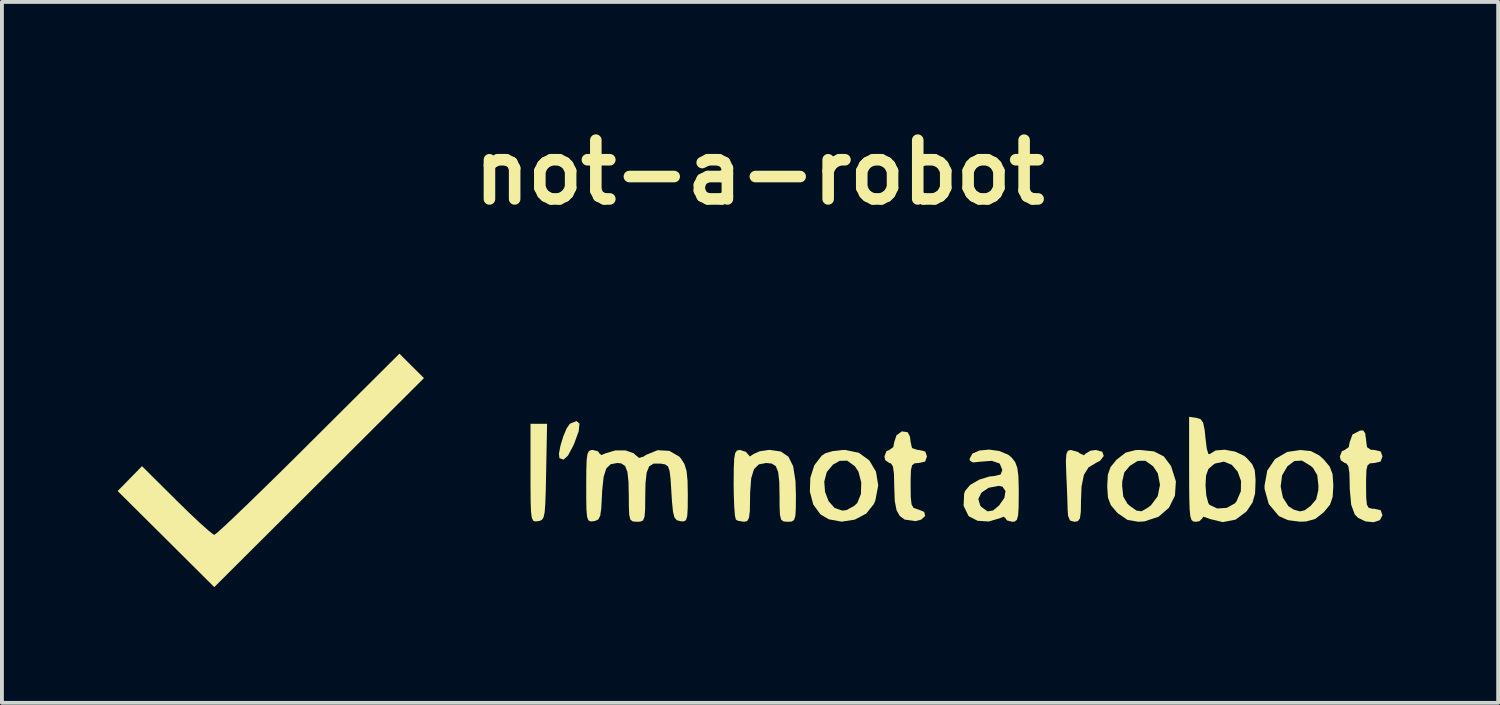
<source format=kicad_pcb>
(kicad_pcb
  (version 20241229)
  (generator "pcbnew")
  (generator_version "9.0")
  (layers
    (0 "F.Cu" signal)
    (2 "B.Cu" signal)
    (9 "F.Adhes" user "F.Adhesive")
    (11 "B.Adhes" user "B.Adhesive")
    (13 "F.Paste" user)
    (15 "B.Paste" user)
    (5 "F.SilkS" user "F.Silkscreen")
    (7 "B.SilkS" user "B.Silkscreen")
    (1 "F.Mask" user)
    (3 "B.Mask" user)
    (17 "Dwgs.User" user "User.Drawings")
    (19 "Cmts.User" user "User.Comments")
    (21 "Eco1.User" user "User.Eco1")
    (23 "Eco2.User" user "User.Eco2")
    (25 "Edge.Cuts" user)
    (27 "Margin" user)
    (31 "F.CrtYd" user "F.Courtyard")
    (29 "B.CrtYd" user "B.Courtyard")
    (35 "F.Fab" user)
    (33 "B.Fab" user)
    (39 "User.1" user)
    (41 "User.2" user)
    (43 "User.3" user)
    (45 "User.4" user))
  (footprint "not-a-robot"
    (layer "F.Cu")
    (at 16.565 9.038)
    (property "Reference" "not-a-robot" (at 0.077 -7.62 0) (layer "F.SilkS") (effects (font (size 1.524 1.524) (thickness 0.3))))
    (attr board_only exclude_from_pos_files exclude_from_bom)
    (fp_poly (pts (xy -4.592 -1.104) (xy -4.612 -0.908) (xy -4.728 -0.59) (xy -4.755 -0.529) (xy -4.892 -0.274) (xy -5.007 -0.173) (xy -5.112 -0.212) (xy -5.125 -0.325) (xy -5.086 -0.53) (xy -5.014 -0.769) (xy -4.926 -0.98) (xy -4.842 -1.102) (xy -4.836 -1.106) (xy -4.667 -1.172)) (stroke (width 0) (type solid)) (fill yes) (layer "F.SilkS"))
    (fp_poly (pts (xy -5.456 0.148) (xy -5.466 0.631) (xy -5.478 0.971) (xy -5.495 1.194) (xy -5.524 1.325) (xy -5.567 1.391) (xy -5.63 1.417) (xy -5.67 1.424) (xy -5.744 1.43) (xy -5.795 1.408) (xy -5.829 1.332) (xy -5.849 1.179) (xy -5.858 0.924) (xy -5.861 0.542) (xy -5.862 0.175) (xy -5.862 -1.101) (xy -5.432 -1.101)) (stroke (width 0) (type solid)) (fill yes) (layer "F.SilkS"))
    (fp_poly (pts (xy -8.942 -2.602) (xy -8.624 -2.285) (xy -11.342 0.424) (xy -14.06 3.133) (xy -15.312 1.887) (xy -16.565 0.642) (xy -16.249 0.319) (xy -15.934 -0.003) (xy -15.037 0.888) (xy -14.718 1.2) (xy -14.437 1.465) (xy -14.218 1.66) (xy -14.085 1.766) (xy -14.058 1.778) (xy -13.982 1.72) (xy -13.799 1.555) (xy -13.523 1.295) (xy -13.168 0.954) (xy -12.747 0.544) (xy -12.272 0.078) (xy -11.758 -0.431) (xy -11.618 -0.571) (xy -9.26 -2.919)) (stroke (width 0) (type solid)) (fill yes) (layer "F.SilkS"))
    (fp_poly (pts (xy 8.963 -0.376) (xy 8.999 -0.267) (xy 8.907 -0.144) (xy 8.797 -0.087) (xy 8.605 0.03) (xy 8.485 0.223) (xy 8.424 0.525) (xy 8.41 0.883) (xy 8.405 1.183) (xy 8.382 1.351) (xy 8.329 1.424) (xy 8.24 1.439) (xy 8.125 1.407) (xy 8.074 1.282) (xy 8.063 1.122) (xy 8.056 0.872) (xy 8.043 0.53) (xy 8.028 0.191) (xy 8.018 -0.129) (xy 8.03 -0.315) (xy 8.069 -0.402) (xy 8.143 -0.423) (xy 8.145 -0.423) (xy 8.326 -0.373) (xy 8.383 -0.331) (xy 8.486 -0.285) (xy 8.533 -0.331) (xy 8.654 -0.403) (xy 8.797 -0.423)) (stroke (width 0) (type solid)) (fill yes) (layer "F.SilkS"))
    (fp_poly (pts (xy 2.65 -0.35) (xy 2.922 -0.152) (xy 3.095 0.14) (xy 3.153 0.496) (xy 3.079 0.884) (xy 3.042 0.976) (xy 2.842 1.227) (xy 2.546 1.383) (xy 2.205 1.436) (xy 1.871 1.375) (xy 1.653 1.246) (xy 1.467 0.988) (xy 1.381 0.657) (xy 1.389 0.398) (xy 1.754 0.398) (xy 1.774 0.664) (xy 1.867 0.905) (xy 2.021 1.081) (xy 2.224 1.15) (xy 2.332 1.135) (xy 2.528 1.029) (xy 2.612 0.949) (xy 2.704 0.718) (xy 2.713 0.423) (xy 2.642 0.143) (xy 2.548 0) (xy 2.348 -0.145) (xy 2.154 -0.141) (xy 1.983 -0.045) (xy 1.82 0.148) (xy 1.754 0.398) (xy 1.389 0.398) (xy 1.392 0.302) (xy 1.495 -0.025) (xy 1.687 -0.274) (xy 1.779 -0.336) (xy 1.968 -0.392) (xy 2.231 -0.422) (xy 2.295 -0.423)) (stroke (width 0) (type solid)) (fill yes) (layer "F.SilkS"))
    (fp_poly (pts (xy 3.915 -0.884) (xy 3.975 -0.772) (xy 3.993 -0.63) (xy 4.029 -0.472) (xy 4.17 -0.424) (xy 4.205 -0.423) (xy 4.372 -0.384) (xy 4.417 -0.254) (xy 4.368 -0.121) (xy 4.205 -0.085) (xy 4.094 -0.076) (xy 4.03 -0.025) (xy 4.001 0.106) (xy 3.993 0.353) (xy 3.993 0.502) (xy 3.997 0.812) (xy 4.018 0.991) (xy 4.068 1.078) (xy 4.159 1.112) (xy 4.184 1.116) (xy 4.345 1.183) (xy 4.369 1.288) (xy 4.266 1.384) (xy 4.116 1.422) (xy 3.838 1.382) (xy 3.712 1.289) (xy 3.628 1.14) (xy 3.582 0.903) (xy 3.568 0.538) (xy 3.568 0.522) (xy 3.561 0.196) (xy 3.535 0.007) (xy 3.484 -0.074) (xy 3.44 -0.085) (xy 3.337 -0.155) (xy 3.313 -0.254) (xy 3.366 -0.392) (xy 3.44 -0.423) (xy 3.543 -0.496) (xy 3.568 -0.626) (xy 3.627 -0.805) (xy 3.765 -0.904)) (stroke (width 0) (type solid)) (fill yes) (layer "F.SilkS"))
    (fp_poly (pts (xy 10.304 -0.385) (xy 10.557 -0.255) (xy 10.741 -0.01) (xy 10.745 -0.002) (xy 10.87 0.391) (xy 10.846 0.76) (xy 10.69 1.076) (xy 10.421 1.309) (xy 10.054 1.429) (xy 9.898 1.439) (xy 9.615 1.391) (xy 9.368 1.221) (xy 9.338 1.192) (xy 9.183 1.008) (xy 9.109 0.814) (xy 9.09 0.535) (xy 9.09 0.508) (xy 9.476 0.508) (xy 9.506 0.786) (xy 9.613 0.97) (xy 9.674 1.025) (xy 9.848 1.149) (xy 9.979 1.167) (xy 10.138 1.076) (xy 10.225 1.01) (xy 10.398 0.777) (xy 10.458 0.48) (xy 10.401 0.183) (xy 10.279 0) (xy 10.077 -0.144) (xy 9.881 -0.139) (xy 9.674 -0.009) (xy 9.533 0.159) (xy 9.479 0.396) (xy 9.476 0.508) (xy 9.09 0.508) (xy 9.106 0.219) (xy 9.175 0.022) (xy 9.323 -0.16) (xy 9.338 -0.176) (xy 9.568 -0.354) (xy 9.826 -0.42) (xy 9.938 -0.423)) (stroke (width 0) (type solid)) (fill yes) (layer "F.SilkS"))
    (fp_poly (pts (xy 15.777 -0.858) (xy 15.801 -0.68) (xy 15.801 -0.677) (xy 15.824 -0.496) (xy 15.921 -0.429) (xy 16.013 -0.423) (xy 16.18 -0.384) (xy 16.225 -0.254) (xy 16.176 -0.121) (xy 16.013 -0.085) (xy 15.902 -0.076) (xy 15.839 -0.025) (xy 15.809 0.104) (xy 15.801 0.35) (xy 15.801 0.508) (xy 15.804 0.818) (xy 15.822 0.995) (xy 15.868 1.077) (xy 15.956 1.1) (xy 16.013 1.101) (xy 16.18 1.14) (xy 16.225 1.27) (xy 16.159 1.397) (xy 15.995 1.45) (xy 15.788 1.43) (xy 15.595 1.339) (xy 15.508 1.251) (xy 15.415 1) (xy 15.377 0.589) (xy 15.376 0.489) (xy 15.368 0.173) (xy 15.34 -0.006) (xy 15.284 -0.078) (xy 15.248 -0.085) (xy 15.145 -0.155) (xy 15.121 -0.254) (xy 15.174 -0.392) (xy 15.248 -0.423) (xy 15.351 -0.496) (xy 15.376 -0.626) (xy 15.448 -0.824) (xy 15.642 -0.925) (xy 15.723 -0.931)) (stroke (width 0) (type solid)) (fill yes) (layer "F.SilkS"))
    (fp_poly (pts (xy 14.372 -0.393) (xy 14.588 -0.28) (xy 14.703 -0.176) (xy 14.858 0.008) (xy 14.931 0.202) (xy 14.951 0.481) (xy 14.951 0.508) (xy 14.934 0.797) (xy 14.866 0.994) (xy 14.718 1.176) (xy 14.703 1.192) (xy 14.486 1.364) (xy 14.248 1.431) (xy 14.087 1.437) (xy 13.775 1.397) (xy 13.543 1.293) (xy 13.538 1.289) (xy 13.278 0.979) (xy 13.17 0.593) (xy 13.168 0.525) (xy 13.586 0.525) (xy 13.644 0.81) (xy 13.787 1.035) (xy 13.932 1.127) (xy 14.09 1.17) (xy 14.209 1.141) (xy 14.366 1.025) (xy 14.507 0.857) (xy 14.562 0.62) (xy 14.565 0.508) (xy 14.535 0.23) (xy 14.427 0.046) (xy 14.366 -0.009) (xy 14.137 -0.147) (xy 13.942 -0.136) (xy 13.762 0) (xy 13.623 0.237) (xy 13.586 0.525) (xy 13.168 0.525) (xy 13.167 0.508) (xy 13.239 0.111) (xy 13.441 -0.188) (xy 13.756 -0.371) (xy 14.087 -0.421)) (stroke (width 0) (type solid)) (fill yes) (layer "F.SilkS"))
    (fp_poly (pts (xy 0.63 -0.382) (xy 0.826 -0.247) (xy 0.948 0.001) (xy 1.008 0.381) (xy 1.019 0.731) (xy 1.017 1.076) (xy 1.005 1.286) (xy 0.971 1.394) (xy 0.906 1.434) (xy 0.807 1.439) (xy 0.699 1.431) (xy 0.635 1.383) (xy 0.605 1.259) (xy 0.595 1.024) (xy 0.595 0.811) (xy 0.588 0.41) (xy 0.559 0.149) (xy 0.498 -0.002) (xy 0.394 -0.07) (xy 0.249 -0.085) (xy 0.058 -0.049) (xy -0.068 0.075) (xy -0.14 0.31) (xy -0.168 0.68) (xy -0.17 0.841) (xy -0.175 1.156) (xy -0.197 1.337) (xy -0.244 1.42) (xy -0.326 1.439) (xy -0.487 1.412) (xy -0.538 1.383) (xy -0.562 1.28) (xy -0.58 1.045) (xy -0.592 0.718) (xy -0.595 0.452) (xy -0.592 0.058) (xy -0.581 -0.196) (xy -0.556 -0.341) (xy -0.511 -0.407) (xy -0.441 -0.423) (xy -0.432 -0.423) (xy -0.278 -0.375) (xy -0.23 -0.318) (xy -0.173 -0.254) (xy -0.079 -0.318) (xy 0.077 -0.388) (xy 0.313 -0.423) (xy 0.351 -0.423)) (stroke (width 0) (type solid)) (fill yes) (layer "F.SilkS"))
    (fp_poly (pts (xy 6.291 -0.396) (xy 6.522 -0.3) (xy 6.611 -0.227) (xy 6.703 -0.109) (xy 6.758 0.038) (xy 6.787 0.255) (xy 6.796 0.586) (xy 6.796 0.704) (xy 6.793 1.058) (xy 6.779 1.276) (xy 6.746 1.391) (xy 6.687 1.434) (xy 6.626 1.439) (xy 6.488 1.403) (xy 6.456 1.352) (xy 6.404 1.307) (xy 6.292 1.352) (xy 6.015 1.432) (xy 5.729 1.413) (xy 5.508 1.3) (xy 5.492 1.284) (xy 5.366 1.026) (xy 5.374 0.848) (xy 5.748 0.848) (xy 5.799 1.022) (xy 5.829 1.056) (xy 5.985 1.169) (xy 6.13 1.147) (xy 6.286 1.016) (xy 6.423 0.82) (xy 6.452 0.643) (xy 6.374 0.528) (xy 6.281 0.508) (xy 6.017 0.557) (xy 5.83 0.682) (xy 5.748 0.848) (xy 5.374 0.848) (xy 5.379 0.716) (xy 5.405 0.639) (xy 5.537 0.483) (xy 5.771 0.347) (xy 6.04 0.264) (xy 6.155 0.254) (xy 6.325 0.214) (xy 6.371 0.094) (xy 6.301 -0.071) (xy 6.098 -0.141) (xy 5.808 -0.119) (xy 5.608 -0.099) (xy 5.528 -0.148) (xy 5.522 -0.193) (xy 5.594 -0.329) (xy 5.779 -0.409) (xy 6.028 -0.432)) (stroke (width 0) (type solid)) (fill yes) (layer "F.SilkS"))
    (fp_poly (pts (xy 11.405 -1.255) (xy 11.513 -1.22) (xy 11.578 -1.125) (xy 11.617 -0.931) (xy 11.638 -0.72) (xy 11.671 -0.455) (xy 11.713 -0.318) (xy 11.749 -0.318) (xy 11.9 -0.41) (xy 12.138 -0.429) (xy 12.405 -0.38) (xy 12.639 -0.27) (xy 12.704 -0.216) (xy 12.848 -0.054) (xy 12.914 0.1) (xy 12.934 0.327) (xy 12.935 0.381) (xy 12.923 0.706) (xy 12.857 0.939) (xy 12.714 1.152) (xy 12.692 1.179) (xy 12.418 1.383) (xy 12.085 1.448) (xy 11.744 1.365) (xy 11.717 1.352) (xy 11.582 1.307) (xy 11.553 1.352) (xy 11.482 1.423) (xy 11.383 1.439) (xy 11.32 1.431) (xy 11.275 1.392) (xy 11.244 1.295) (xy 11.226 1.119) (xy 11.217 0.837) (xy 11.214 0.493) (xy 11.638 0.493) (xy 11.658 0.754) (xy 11.709 0.95) (xy 11.74 0.999) (xy 11.941 1.094) (xy 12.186 1.079) (xy 12.397 0.964) (xy 12.44 0.912) (xy 12.554 0.648) (xy 12.558 0.38) (xy 12.472 0.14) (xy 12.318 -0.038) (xy 12.116 -0.12) (xy 11.887 -0.071) (xy 11.845 -0.046) (xy 11.713 0.071) (xy 11.652 0.237) (xy 11.638 0.493) (xy 11.214 0.493) (xy 11.214 0.426) (xy 11.213 0.079) (xy 11.213 -1.282)) (stroke (width 0) (type solid)) (fill yes) (layer "F.SilkS"))
    (fp_poly (pts (xy -4.109 -0.387) (xy -4.078 -0.336) (xy -4.026 -0.291) (xy -3.913 -0.336) (xy -3.665 -0.411) (xy -3.398 -0.411) (xy -3.189 -0.338) (xy -3.144 -0.298) (xy -3.048 -0.217) (xy -2.934 -0.249) (xy -2.86 -0.298) (xy -2.566 -0.417) (xy -2.262 -0.399) (xy -2.006 -0.251) (xy -1.96 -0.2) (xy -1.87 -0.057) (xy -1.816 0.121) (xy -1.79 0.38) (xy -1.784 0.737) (xy -1.786 1.084) (xy -1.799 1.293) (xy -1.831 1.398) (xy -1.892 1.43) (xy -1.975 1.424) (xy -2.069 1.398) (xy -2.129 1.329) (xy -2.167 1.183) (xy -2.193 0.925) (xy -2.209 0.677) (xy -2.231 0.329) (xy -2.257 0.115) (xy -2.3 0.000121) (xy -2.373 -0.05) (xy -2.489 -0.069) (xy -2.497 -0.07) (xy -2.671 -0.069) (xy -2.785 0.001) (xy -2.851 0.166) (xy -2.881 0.451) (xy -2.887 0.783) (xy -2.89 1.113) (xy -2.905 1.308) (xy -2.944 1.404) (xy -3.019 1.436) (xy -3.101 1.439) (xy -3.209 1.431) (xy -3.273 1.383) (xy -3.303 1.259) (xy -3.312 1.024) (xy -3.313 0.811) (xy -3.321 0.407) (xy -3.35 0.143) (xy -3.41 -0.008) (xy -3.51 -0.074) (xy -3.609 -0.085) (xy -3.782 -0.054) (xy -3.897 0.057) (xy -3.966 0.275) (xy -4.003 0.626) (xy -4.01 0.766) (xy -4.027 1.09) (xy -4.054 1.282) (xy -4.104 1.379) (xy -4.189 1.418) (xy -4.226 1.424) (xy -4.309 1.43) (xy -4.364 1.399) (xy -4.396 1.305) (xy -4.412 1.117) (xy -4.417 0.808) (xy -4.417 0.514) (xy -4.415 0.105) (xy -4.406 -0.164) (xy -4.384 -0.322) (xy -4.344 -0.398) (xy -4.281 -0.422) (xy -4.247 -0.423)) (stroke (width 0) (type solid)) (fill yes) (layer "F.SilkS")))
  (gr_rect
    (start -3 -3)
    (end 35.79 15.171)
    (stroke (width 0.1) (type default))
    (fill no)
    (layer "Edge.Cuts")))
</source>
